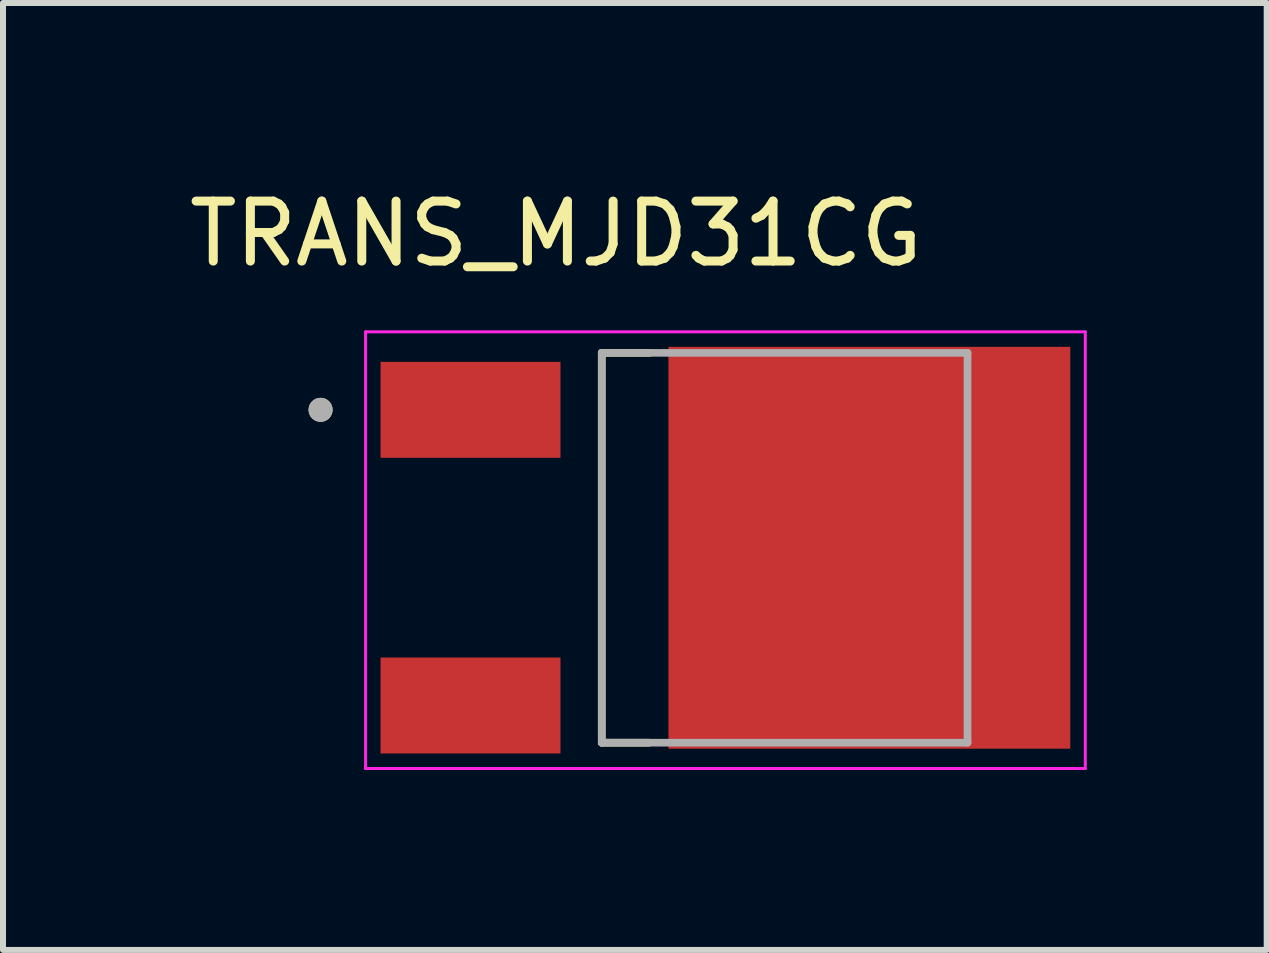
<source format=kicad_pcb>
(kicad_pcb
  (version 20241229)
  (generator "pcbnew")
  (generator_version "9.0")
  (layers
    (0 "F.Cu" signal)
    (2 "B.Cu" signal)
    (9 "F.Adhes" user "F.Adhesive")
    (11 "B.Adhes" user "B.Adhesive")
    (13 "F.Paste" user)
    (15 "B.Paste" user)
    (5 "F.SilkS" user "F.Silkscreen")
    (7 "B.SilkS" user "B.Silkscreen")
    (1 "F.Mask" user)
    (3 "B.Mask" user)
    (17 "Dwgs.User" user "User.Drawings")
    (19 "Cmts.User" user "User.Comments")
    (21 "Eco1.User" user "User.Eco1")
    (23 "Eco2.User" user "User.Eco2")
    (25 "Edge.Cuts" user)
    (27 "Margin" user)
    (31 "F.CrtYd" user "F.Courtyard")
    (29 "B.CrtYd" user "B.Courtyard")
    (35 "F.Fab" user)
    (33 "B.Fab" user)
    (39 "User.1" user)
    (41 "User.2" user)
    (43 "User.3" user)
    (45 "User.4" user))
  (footprint "TRANS_MJD31CG"
    (layer "F.Cu")
    (at 9.045 6.083)
    (property "Reference" "TRANS_MJD31CG" (at -2.825 -5.235 0) (layer "F.SilkS") (effects (font (size 1 1) (thickness 0.15))))
    (attr smd)
    (fp_line (start -2.062 -3.25) (end -1.27 -3.25) (stroke (width 0.127) (type solid)) (layer "F.SilkS"))
    (fp_line (start -2.062 3.25) (end -2.062 -3.25) (stroke (width 0.127) (type solid)) (layer "F.SilkS"))
    (fp_line (start -1.27 3.25) (end -2.062 3.25) (stroke (width 0.127) (type solid)) (layer "F.SilkS"))
    (fp_circle (center -6.75 -2.3) (end -6.65 -2.3) (stroke (width 0.2) (type solid)) (fill no) (layer "F.SilkS"))
    (fp_poly (pts (xy 0.632 -1.675) (xy 4.168 -1.675) (xy 4.168 1.675) (xy 0.632 1.675)) (stroke (width 0.01) (type solid)) (fill yes) (layer "F.Paste"))
    (fp_line (start -6 -3.6) (end -6 3.68) (stroke (width 0.05) (type solid)) (layer "F.CrtYd"))
    (fp_line (start -6 3.68) (end 6 3.68) (stroke (width 0.05) (type solid)) (layer "F.CrtYd"))
    (fp_line (start 6 -3.6) (end -6 -3.6) (stroke (width 0.05) (type solid)) (layer "F.CrtYd"))
    (fp_line (start 6 3.68) (end 6 -3.6) (stroke (width 0.05) (type solid)) (layer "F.CrtYd"))
    (fp_line (start -2.062 -3.25) (end 4.037 -3.25) (stroke (width 0.127) (type solid)) (layer "F.Fab"))
    (fp_line (start -2.062 3.25) (end -2.062 -3.25) (stroke (width 0.127) (type solid)) (layer "F.Fab"))
    (fp_line (start 4.037 -3.25) (end 4.037 3.25) (stroke (width 0.127) (type solid)) (layer "F.Fab"))
    (fp_line (start 4.037 3.25) (end -2.062 3.25) (stroke (width 0.127) (type solid)) (layer "F.Fab"))
    (fp_circle (center -6.75 -2.3) (end -6.65 -2.3) (stroke (width 0.2) (type solid)) (fill no) (layer "F.Fab"))
    (pad "1" smd rect (at -4.25 -2.3) (size 3 1.6) (layers "F.Cu" "F.Mask" "F.Paste"))
    (pad "2" smd rect (at 2.4 0) (size 6.7 6.7) (layers "F.Cu" "F.Mask"))
    (pad "3" smd rect (at -4.25 2.63) (size 3 1.6) (layers "F.Cu" "F.Mask" "F.Paste")))
  (gr_rect
    (start -3 -3)
    (end 18.07 12.788)
    (stroke (width 0.1) (type default))
    (fill no)
    (layer "Edge.Cuts")))
</source>
